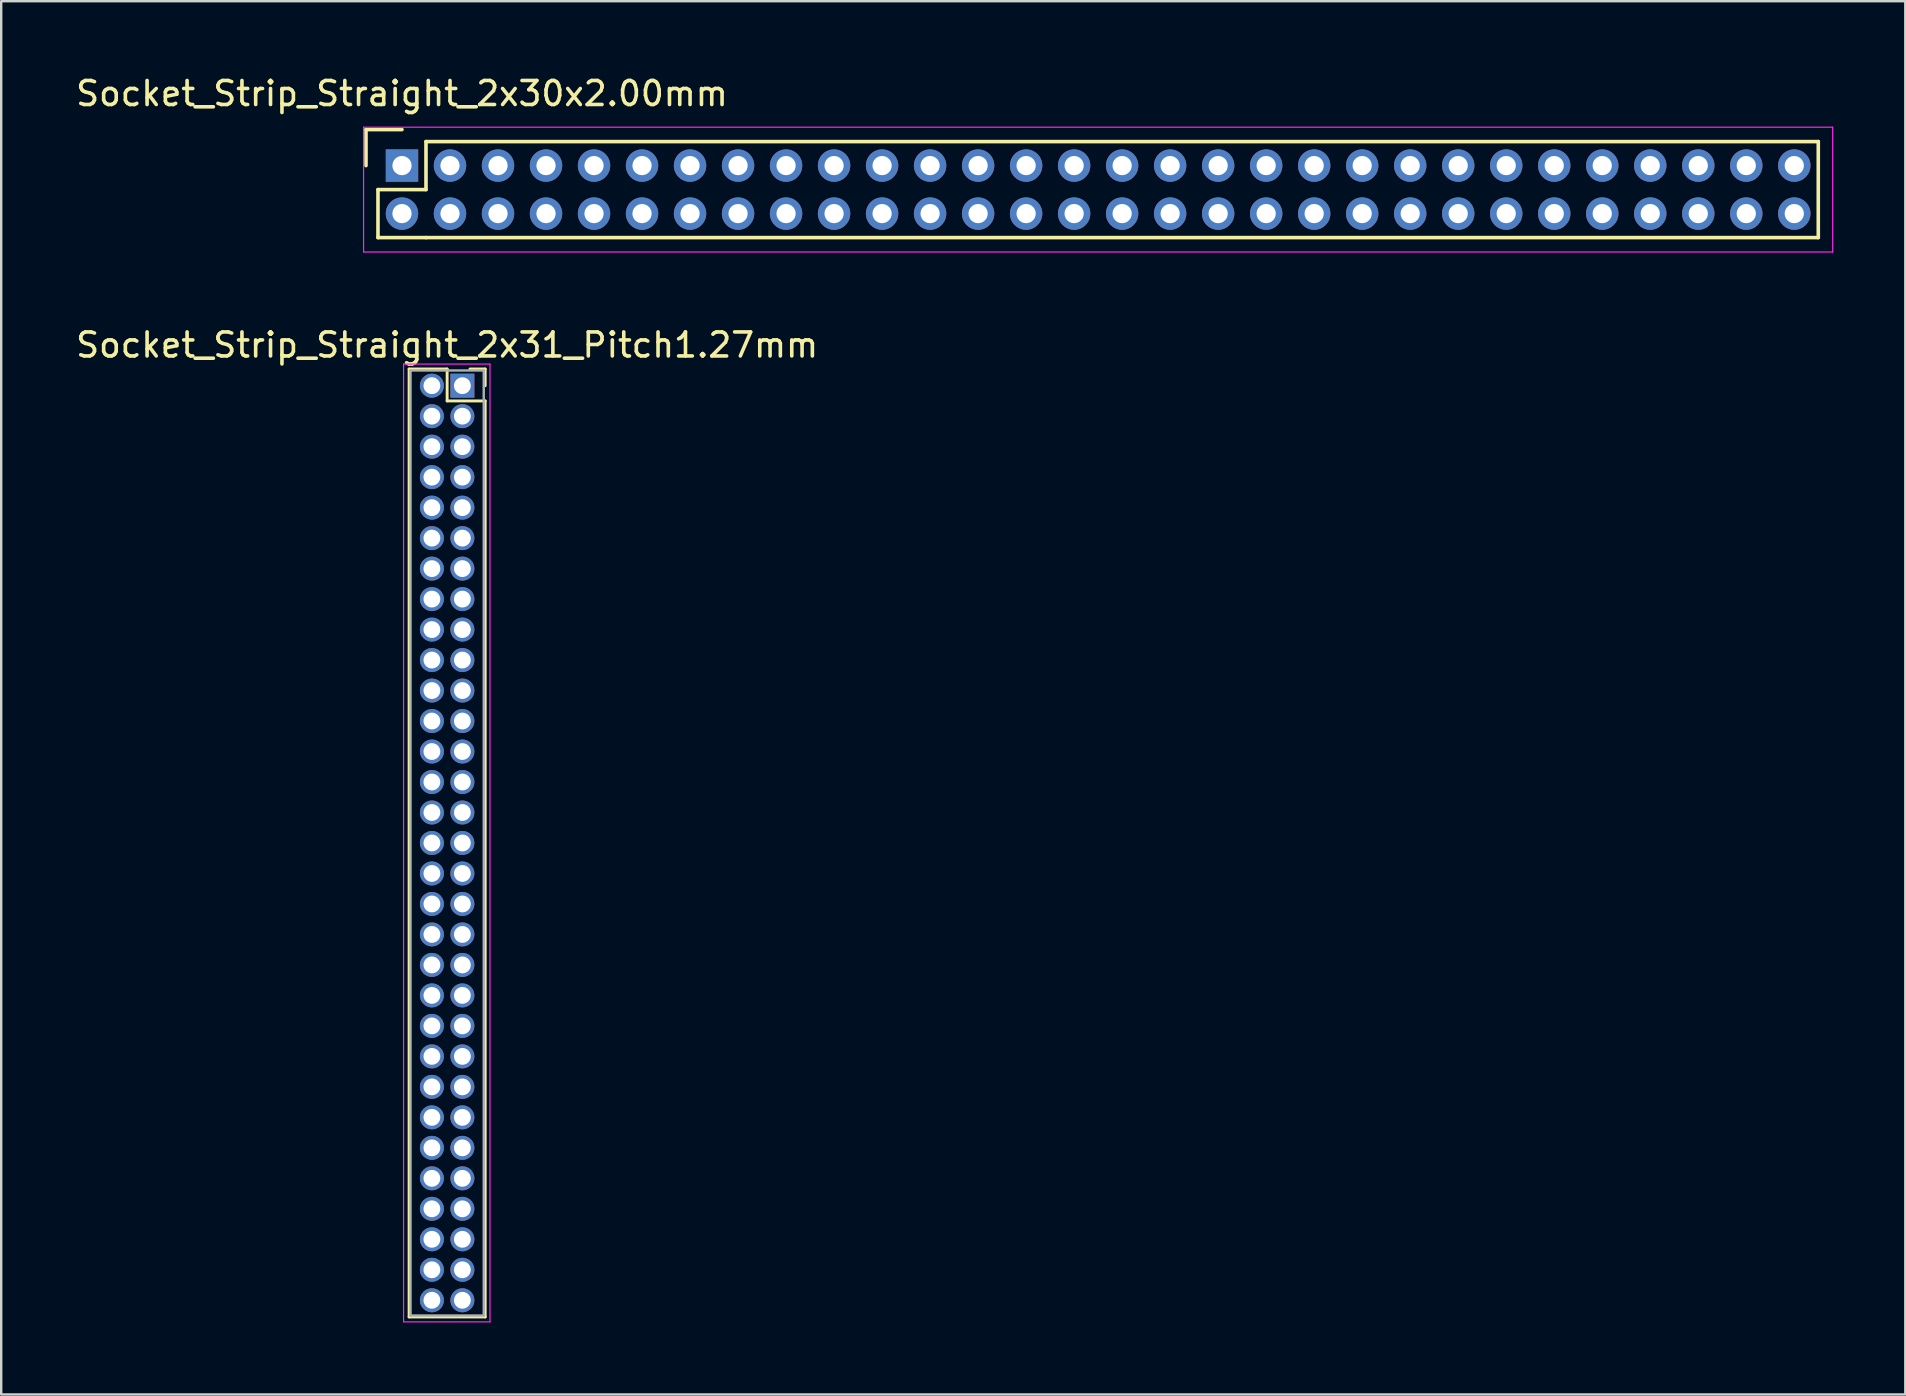
<source format=kicad_pcb>
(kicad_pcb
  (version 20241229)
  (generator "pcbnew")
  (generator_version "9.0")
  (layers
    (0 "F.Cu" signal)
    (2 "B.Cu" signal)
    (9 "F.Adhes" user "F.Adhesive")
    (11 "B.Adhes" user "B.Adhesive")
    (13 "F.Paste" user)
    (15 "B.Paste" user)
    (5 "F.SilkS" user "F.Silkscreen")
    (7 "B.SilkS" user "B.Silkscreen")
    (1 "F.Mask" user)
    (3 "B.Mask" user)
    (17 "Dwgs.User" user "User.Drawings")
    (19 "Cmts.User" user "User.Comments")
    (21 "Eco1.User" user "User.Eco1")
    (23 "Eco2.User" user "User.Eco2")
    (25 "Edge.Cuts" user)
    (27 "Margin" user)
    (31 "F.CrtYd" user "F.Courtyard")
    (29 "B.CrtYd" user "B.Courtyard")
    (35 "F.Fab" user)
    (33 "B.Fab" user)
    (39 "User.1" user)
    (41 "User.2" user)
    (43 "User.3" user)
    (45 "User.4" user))
  (footprint "Socket_Strip_Straight_2x31_Pitch1.27mm"
    (layer "F.Cu")
    (at 16.212 13.017)
    (property "Reference" "Socket_Strip_Straight_2x31_Pitch1.27mm" (at -0.635 -1.695 0) (layer "F.SilkS") (effects (font (size 1 1) (thickness 0.15))))
    (attr through_hole)
    (fp_line (start -2.22 -0.695) (end -0.635 -0.695) (stroke (width 0.12) (type solid)) (layer "F.SilkS"))
    (fp_line (start -2.22 38.795) (end -2.22 -0.695) (stroke (width 0.12) (type solid)) (layer "F.SilkS"))
    (fp_line (start -0.635 -0.695) (end -0.635 0.635) (stroke (width 0.12) (type solid)) (layer "F.SilkS"))
    (fp_line (start -0.635 0.635) (end 0.95 0.635) (stroke (width 0.12) (type solid)) (layer "F.SilkS"))
    (fp_line (start 0.95 -0.695) (end 0.315 -0.695) (stroke (width 0.12) (type solid)) (layer "F.SilkS"))
    (fp_line (start 0.95 0) (end 0.95 -0.695) (stroke (width 0.12) (type solid)) (layer "F.SilkS"))
    (fp_line (start 0.95 0.635) (end 0.95 38.795) (stroke (width 0.12) (type solid)) (layer "F.SilkS"))
    (fp_line (start 0.95 38.795) (end -2.22 38.795) (stroke (width 0.12) (type solid)) (layer "F.SilkS"))
    (fp_line (start -2.45 -0.9) (end -2.45 39) (stroke (width 0.05) (type solid)) (layer "F.CrtYd"))
    (fp_line (start -2.45 39) (end 1.15 39) (stroke (width 0.05) (type solid)) (layer "F.CrtYd"))
    (fp_line (start 1.15 -0.9) (end -2.45 -0.9) (stroke (width 0.05) (type solid)) (layer "F.CrtYd"))
    (fp_line (start 1.15 39) (end 1.15 -0.9) (stroke (width 0.05) (type solid)) (layer "F.CrtYd"))
    (fp_line (start -2.16 -0.635) (end -2.16 38.735) (stroke (width 0.1) (type solid)) (layer "F.Fab"))
    (fp_line (start -2.16 38.735) (end 0.89 38.735) (stroke (width 0.1) (type solid)) (layer "F.Fab"))
    (fp_line (start 0.89 -0.635) (end -2.16 -0.635) (stroke (width 0.1) (type solid)) (layer "F.Fab"))
    (fp_line (start 0.89 38.735) (end 0.89 -0.635) (stroke (width 0.1) (type solid)) (layer "F.Fab"))
    (pad "1" thru_hole rect (at 0 0) (size 1 1) (drill 0.7) (layers "*.Cu" "*.Mask"))
    (pad "2" thru_hole oval (at -1.27 0) (size 1 1) (drill 0.7) (layers "*.Cu" "*.Mask"))
    (pad "3" thru_hole oval (at 0 1.27) (size 1 1) (drill 0.7) (layers "*.Cu" "*.Mask"))
    (pad "4" thru_hole oval (at -1.27 1.27) (size 1 1) (drill 0.7) (layers "*.Cu" "*.Mask"))
    (pad "5" thru_hole oval (at 0 2.54) (size 1 1) (drill 0.7) (layers "*.Cu" "*.Mask"))
    (pad "6" thru_hole oval (at -1.27 2.54) (size 1 1) (drill 0.7) (layers "*.Cu" "*.Mask"))
    (pad "7" thru_hole oval (at 0 3.81) (size 1 1) (drill 0.7) (layers "*.Cu" "*.Mask"))
    (pad "8" thru_hole oval (at -1.27 3.81) (size 1 1) (drill 0.7) (layers "*.Cu" "*.Mask"))
    (pad "9" thru_hole oval (at 0 5.08) (size 1 1) (drill 0.7) (layers "*.Cu" "*.Mask"))
    (pad "10" thru_hole oval (at -1.27 5.08) (size 1 1) (drill 0.7) (layers "*.Cu" "*.Mask"))
    (pad "11" thru_hole oval (at 0 6.35) (size 1 1) (drill 0.7) (layers "*.Cu" "*.Mask"))
    (pad "12" thru_hole oval (at -1.27 6.35) (size 1 1) (drill 0.7) (layers "*.Cu" "*.Mask"))
    (pad "13" thru_hole oval (at 0 7.62) (size 1 1) (drill 0.7) (layers "*.Cu" "*.Mask"))
    (pad "14" thru_hole oval (at -1.27 7.62) (size 1 1) (drill 0.7) (layers "*.Cu" "*.Mask"))
    (pad "15" thru_hole oval (at 0 8.89) (size 1 1) (drill 0.7) (layers "*.Cu" "*.Mask"))
    (pad "16" thru_hole oval (at -1.27 8.89) (size 1 1) (drill 0.7) (layers "*.Cu" "*.Mask"))
    (pad "17" thru_hole oval (at 0 10.16) (size 1 1) (drill 0.7) (layers "*.Cu" "*.Mask"))
    (pad "18" thru_hole oval (at -1.27 10.16) (size 1 1) (drill 0.7) (layers "*.Cu" "*.Mask"))
    (pad "19" thru_hole oval (at 0 11.43) (size 1 1) (drill 0.7) (layers "*.Cu" "*.Mask"))
    (pad "20" thru_hole oval (at -1.27 11.43) (size 1 1) (drill 0.7) (layers "*.Cu" "*.Mask"))
    (pad "21" thru_hole oval (at 0 12.7) (size 1 1) (drill 0.7) (layers "*.Cu" "*.Mask"))
    (pad "22" thru_hole oval (at -1.27 12.7) (size 1 1) (drill 0.7) (layers "*.Cu" "*.Mask"))
    (pad "23" thru_hole oval (at 0 13.97) (size 1 1) (drill 0.7) (layers "*.Cu" "*.Mask"))
    (pad "24" thru_hole oval (at -1.27 13.97) (size 1 1) (drill 0.7) (layers "*.Cu" "*.Mask"))
    (pad "25" thru_hole oval (at 0 15.24) (size 1 1) (drill 0.7) (layers "*.Cu" "*.Mask"))
    (pad "26" thru_hole oval (at -1.27 15.24) (size 1 1) (drill 0.7) (layers "*.Cu" "*.Mask"))
    (pad "27" thru_hole oval (at 0 16.51) (size 1 1) (drill 0.7) (layers "*.Cu" "*.Mask"))
    (pad "28" thru_hole oval (at -1.27 16.51) (size 1 1) (drill 0.7) (layers "*.Cu" "*.Mask"))
    (pad "29" thru_hole oval (at 0 17.78) (size 1 1) (drill 0.7) (layers "*.Cu" "*.Mask"))
    (pad "30" thru_hole oval (at -1.27 17.78) (size 1 1) (drill 0.7) (layers "*.Cu" "*.Mask"))
    (pad "31" thru_hole oval (at 0 19.05) (size 1 1) (drill 0.7) (layers "*.Cu" "*.Mask"))
    (pad "32" thru_hole oval (at -1.27 19.05) (size 1 1) (drill 0.7) (layers "*.Cu" "*.Mask"))
    (pad "33" thru_hole oval (at 0 20.32) (size 1 1) (drill 0.7) (layers "*.Cu" "*.Mask"))
    (pad "34" thru_hole oval (at -1.27 20.32) (size 1 1) (drill 0.7) (layers "*.Cu" "*.Mask"))
    (pad "35" thru_hole oval (at 0 21.59) (size 1 1) (drill 0.7) (layers "*.Cu" "*.Mask"))
    (pad "36" thru_hole oval (at -1.27 21.59) (size 1 1) (drill 0.7) (layers "*.Cu" "*.Mask"))
    (pad "37" thru_hole oval (at 0 22.86) (size 1 1) (drill 0.7) (layers "*.Cu" "*.Mask"))
    (pad "38" thru_hole oval (at -1.27 22.86) (size 1 1) (drill 0.7) (layers "*.Cu" "*.Mask"))
    (pad "39" thru_hole oval (at 0 24.13) (size 1 1) (drill 0.7) (layers "*.Cu" "*.Mask"))
    (pad "40" thru_hole oval (at -1.27 24.13) (size 1 1) (drill 0.7) (layers "*.Cu" "*.Mask"))
    (pad "41" thru_hole oval (at 0 25.4) (size 1 1) (drill 0.7) (layers "*.Cu" "*.Mask"))
    (pad "42" thru_hole oval (at -1.27 25.4) (size 1 1) (drill 0.7) (layers "*.Cu" "*.Mask"))
    (pad "43" thru_hole oval (at 0 26.67) (size 1 1) (drill 0.7) (layers "*.Cu" "*.Mask"))
    (pad "44" thru_hole oval (at -1.27 26.67) (size 1 1) (drill 0.7) (layers "*.Cu" "*.Mask"))
    (pad "45" thru_hole oval (at 0 27.94) (size 1 1) (drill 0.7) (layers "*.Cu" "*.Mask"))
    (pad "46" thru_hole oval (at -1.27 27.94) (size 1 1) (drill 0.7) (layers "*.Cu" "*.Mask"))
    (pad "47" thru_hole oval (at 0 29.21) (size 1 1) (drill 0.7) (layers "*.Cu" "*.Mask"))
    (pad "48" thru_hole oval (at -1.27 29.21) (size 1 1) (drill 0.7) (layers "*.Cu" "*.Mask"))
    (pad "49" thru_hole oval (at 0 30.48) (size 1 1) (drill 0.7) (layers "*.Cu" "*.Mask"))
    (pad "50" thru_hole oval (at -1.27 30.48) (size 1 1) (drill 0.7) (layers "*.Cu" "*.Mask"))
    (pad "51" thru_hole oval (at 0 31.75) (size 1 1) (drill 0.7) (layers "*.Cu" "*.Mask"))
    (pad "52" thru_hole oval (at -1.27 31.75) (size 1 1) (drill 0.7) (layers "*.Cu" "*.Mask"))
    (pad "53" thru_hole oval (at 0 33.02) (size 1 1) (drill 0.7) (layers "*.Cu" "*.Mask"))
    (pad "54" thru_hole oval (at -1.27 33.02) (size 1 1) (drill 0.7) (layers "*.Cu" "*.Mask"))
    (pad "55" thru_hole oval (at 0 34.29) (size 1 1) (drill 0.7) (layers "*.Cu" "*.Mask"))
    (pad "56" thru_hole oval (at -1.27 34.29) (size 1 1) (drill 0.7) (layers "*.Cu" "*.Mask"))
    (pad "57" thru_hole oval (at 0 35.56) (size 1 1) (drill 0.7) (layers "*.Cu" "*.Mask"))
    (pad "58" thru_hole oval (at -1.27 35.56) (size 1 1) (drill 0.7) (layers "*.Cu" "*.Mask"))
    (pad "59" thru_hole oval (at 0 36.83) (size 1 1) (drill 0.7) (layers "*.Cu" "*.Mask"))
    (pad "60" thru_hole oval (at -1.27 36.83) (size 1 1) (drill 0.7) (layers "*.Cu" "*.Mask"))
    (pad "61" thru_hole oval (at 0 38.1) (size 1 1) (drill 0.7) (layers "*.Cu" "*.Mask"))
    (pad "62" thru_hole oval (at -1.27 38.1) (size 1 1) (drill 0.7) (layers "*.Cu" "*.Mask")))
  (footprint "Socket_Strip_Straight_2x30x2.00mm"
    (layer "F.Cu")
    (at 13.696 3.848)
    (property "Reference" "Socket_Strip_Straight_2x30x2.00mm" (at 0 -3 0) (layer "F.SilkS") (effects (font (size 1 1) (thickness 0.15))))
    (attr through_hole)
    (fp_line (start -1.5 -1.5) (end -1.5 0) (stroke (width 0.15) (type solid)) (layer "F.SilkS"))
    (fp_line (start -1 1) (end -1 3) (stroke (width 0.15) (type solid)) (layer "F.SilkS"))
    (fp_line (start -1 3) (end 1 3) (stroke (width 0.15) (type solid)) (layer "F.SilkS"))
    (fp_line (start 0 -1.5) (end -1.5 -1.5) (stroke (width 0.15) (type solid)) (layer "F.SilkS"))
    (fp_line (start 1 -1) (end 1 1) (stroke (width 0.15) (type solid)) (layer "F.SilkS"))
    (fp_line (start 1 1) (end -1 1) (stroke (width 0.15) (type solid)) (layer "F.SilkS"))
    (fp_line (start 1 3) (end 59 3) (stroke (width 0.15) (type solid)) (layer "F.SilkS"))
    (fp_line (start 59 -1) (end 1 -1) (stroke (width 0.15) (type solid)) (layer "F.SilkS"))
    (fp_line (start 59 3) (end 59 -1) (stroke (width 0.15) (type solid)) (layer "F.SilkS"))
    (fp_line (start -1.6 -1.6) (end -1.6 3.6) (stroke (width 0.05) (type solid)) (layer "F.CrtYd"))
    (fp_line (start -1.6 3.6) (end 59.6 3.6) (stroke (width 0.05) (type solid)) (layer "F.CrtYd"))
    (fp_line (start 59.6 -1.6) (end -1.6 -1.6) (stroke (width 0.05) (type solid)) (layer "F.CrtYd"))
    (fp_line (start 59.6 3.6) (end 59.6 -1.6) (stroke (width 0.05) (type solid)) (layer "F.CrtYd"))
    (pad "1" thru_hole rect (at 0 0) (size 1.35 1.35) (drill 0.8) (layers "*.Cu" "*.Mask"))
    (pad "2" thru_hole circle (at 0 2) (size 1.35 1.35) (drill 0.8) (layers "*.Cu" "*.Mask"))
    (pad "3" thru_hole circle (at 2 0) (size 1.35 1.35) (drill 0.8) (layers "*.Cu" "*.Mask"))
    (pad "4" thru_hole circle (at 2 2) (size 1.35 1.35) (drill 0.8) (layers "*.Cu" "*.Mask"))
    (pad "5" thru_hole circle (at 4 0) (size 1.35 1.35) (drill 0.8) (layers "*.Cu" "*.Mask"))
    (pad "6" thru_hole circle (at 4 2) (size 1.35 1.35) (drill 0.8) (layers "*.Cu" "*.Mask"))
    (pad "7" thru_hole circle (at 6 0) (size 1.35 1.35) (drill 0.8) (layers "*.Cu" "*.Mask"))
    (pad "8" thru_hole circle (at 6 2) (size 1.35 1.35) (drill 0.8) (layers "*.Cu" "*.Mask"))
    (pad "9" thru_hole circle (at 8 0) (size 1.35 1.35) (drill 0.8) (layers "*.Cu" "*.Mask"))
    (pad "10" thru_hole circle (at 8 2) (size 1.35 1.35) (drill 0.8) (layers "*.Cu" "*.Mask"))
    (pad "11" thru_hole circle (at 10 0) (size 1.35 1.35) (drill 0.8) (layers "*.Cu" "*.Mask"))
    (pad "12" thru_hole circle (at 10 2) (size 1.35 1.35) (drill 0.8) (layers "*.Cu" "*.Mask"))
    (pad "13" thru_hole circle (at 12 0) (size 1.35 1.35) (drill 0.8) (layers "*.Cu" "*.Mask"))
    (pad "14" thru_hole circle (at 12 2) (size 1.35 1.35) (drill 0.8) (layers "*.Cu" "*.Mask"))
    (pad "15" thru_hole circle (at 14 0) (size 1.35 1.35) (drill 0.8) (layers "*.Cu" "*.Mask"))
    (pad "16" thru_hole circle (at 14 2) (size 1.35 1.35) (drill 0.8) (layers "*.Cu" "*.Mask"))
    (pad "17" thru_hole circle (at 16 0) (size 1.35 1.35) (drill 0.8) (layers "*.Cu" "*.Mask"))
    (pad "18" thru_hole circle (at 16 2) (size 1.35 1.35) (drill 0.8) (layers "*.Cu" "*.Mask"))
    (pad "19" thru_hole circle (at 18 0) (size 1.35 1.35) (drill 0.8) (layers "*.Cu" "*.Mask"))
    (pad "20" thru_hole circle (at 18 2) (size 1.35 1.35) (drill 0.8) (layers "*.Cu" "*.Mask"))
    (pad "21" thru_hole circle (at 20 0) (size 1.35 1.35) (drill 0.8) (layers "*.Cu" "*.Mask"))
    (pad "22" thru_hole circle (at 20 2) (size 1.35 1.35) (drill 0.8) (layers "*.Cu" "*.Mask"))
    (pad "23" thru_hole circle (at 22 0) (size 1.35 1.35) (drill 0.8) (layers "*.Cu" "*.Mask"))
    (pad "24" thru_hole circle (at 22 2) (size 1.35 1.35) (drill 0.8) (layers "*.Cu" "*.Mask"))
    (pad "25" thru_hole circle (at 24 0) (size 1.35 1.35) (drill 0.8) (layers "*.Cu" "*.Mask"))
    (pad "26" thru_hole circle (at 24 2) (size 1.35 1.35) (drill 0.8) (layers "*.Cu" "*.Mask"))
    (pad "27" thru_hole circle (at 26 0) (size 1.35 1.35) (drill 0.8) (layers "*.Cu" "*.Mask"))
    (pad "28" thru_hole circle (at 26 2) (size 1.35 1.35) (drill 0.8) (layers "*.Cu" "*.Mask"))
    (pad "29" thru_hole circle (at 28 0) (size 1.35 1.35) (drill 0.8) (layers "*.Cu" "*.Mask"))
    (pad "30" thru_hole circle (at 28 2) (size 1.35 1.35) (drill 0.8) (layers "*.Cu" "*.Mask"))
    (pad "31" thru_hole circle (at 30 0) (size 1.35 1.35) (drill 0.8) (layers "*.Cu" "*.Mask"))
    (pad "32" thru_hole circle (at 30 2) (size 1.35 1.35) (drill 0.8) (layers "*.Cu" "*.Mask"))
    (pad "33" thru_hole circle (at 32 0) (size 1.35 1.35) (drill 0.8) (layers "*.Cu" "*.Mask"))
    (pad "34" thru_hole circle (at 32 2) (size 1.35 1.35) (drill 0.8) (layers "*.Cu" "*.Mask"))
    (pad "35" thru_hole circle (at 34 0) (size 1.35 1.35) (drill 0.8) (layers "*.Cu" "*.Mask"))
    (pad "36" thru_hole circle (at 34 2) (size 1.35 1.35) (drill 0.8) (layers "*.Cu" "*.Mask"))
    (pad "37" thru_hole circle (at 36 0) (size 1.35 1.35) (drill 0.8) (layers "*.Cu" "*.Mask"))
    (pad "38" thru_hole circle (at 36 2) (size 1.35 1.35) (drill 0.8) (layers "*.Cu" "*.Mask"))
    (pad "39" thru_hole circle (at 38 0) (size 1.35 1.35) (drill 0.8) (layers "*.Cu" "*.Mask"))
    (pad "40" thru_hole circle (at 38 2) (size 1.35 1.35) (drill 0.8) (layers "*.Cu" "*.Mask"))
    (pad "41" thru_hole circle (at 40 0) (size 1.35 1.35) (drill 0.8) (layers "*.Cu" "*.Mask"))
    (pad "42" thru_hole circle (at 40 2) (size 1.35 1.35) (drill 0.8) (layers "*.Cu" "*.Mask"))
    (pad "43" thru_hole circle (at 42 0) (size 1.35 1.35) (drill 0.8) (layers "*.Cu" "*.Mask"))
    (pad "44" thru_hole circle (at 42 2) (size 1.35 1.35) (drill 0.8) (layers "*.Cu" "*.Mask"))
    (pad "45" thru_hole circle (at 44 0) (size 1.35 1.35) (drill 0.8) (layers "*.Cu" "*.Mask"))
    (pad "46" thru_hole circle (at 44 2) (size 1.35 1.35) (drill 0.8) (layers "*.Cu" "*.Mask"))
    (pad "47" thru_hole circle (at 46 0) (size 1.35 1.35) (drill 0.8) (layers "*.Cu" "*.Mask"))
    (pad "48" thru_hole circle (at 46 2) (size 1.35 1.35) (drill 0.8) (layers "*.Cu" "*.Mask"))
    (pad "49" thru_hole circle (at 48 0) (size 1.35 1.35) (drill 0.8) (layers "*.Cu" "*.Mask"))
    (pad "50" thru_hole circle (at 48 2) (size 1.35 1.35) (drill 0.8) (layers "*.Cu" "*.Mask"))
    (pad "51" thru_hole circle (at 50 0) (size 1.35 1.35) (drill 0.8) (layers "*.Cu" "*.Mask"))
    (pad "52" thru_hole circle (at 50 2) (size 1.35 1.35) (drill 0.8) (layers "*.Cu" "*.Mask"))
    (pad "53" thru_hole circle (at 52 0) (size 1.35 1.35) (drill 0.8) (layers "*.Cu" "*.Mask"))
    (pad "54" thru_hole circle (at 52 2) (size 1.35 1.35) (drill 0.8) (layers "*.Cu" "*.Mask"))
    (pad "55" thru_hole circle (at 54 0) (size 1.35 1.35) (drill 0.8) (layers "*.Cu" "*.Mask"))
    (pad "56" thru_hole circle (at 54 2) (size 1.35 1.35) (drill 0.8) (layers "*.Cu" "*.Mask"))
    (pad "57" thru_hole circle (at 56 0) (size 1.35 1.35) (drill 0.8) (layers "*.Cu" "*.Mask"))
    (pad "58" thru_hole circle (at 56 2) (size 1.35 1.35) (drill 0.8) (layers "*.Cu" "*.Mask"))
    (pad "59" thru_hole circle (at 58 0) (size 1.35 1.35) (drill 0.8) (layers "*.Cu" "*.Mask"))
    (pad "60" thru_hole circle (at 58 2) (size 1.35 1.35) (drill 0.8) (layers "*.Cu" "*.Mask")))
  (gr_rect
    (start -3 -3)
    (end 76.321 55.041)
    (stroke (width 0.1) (type default))
    (fill no)
    (layer "Edge.Cuts")))
</source>
